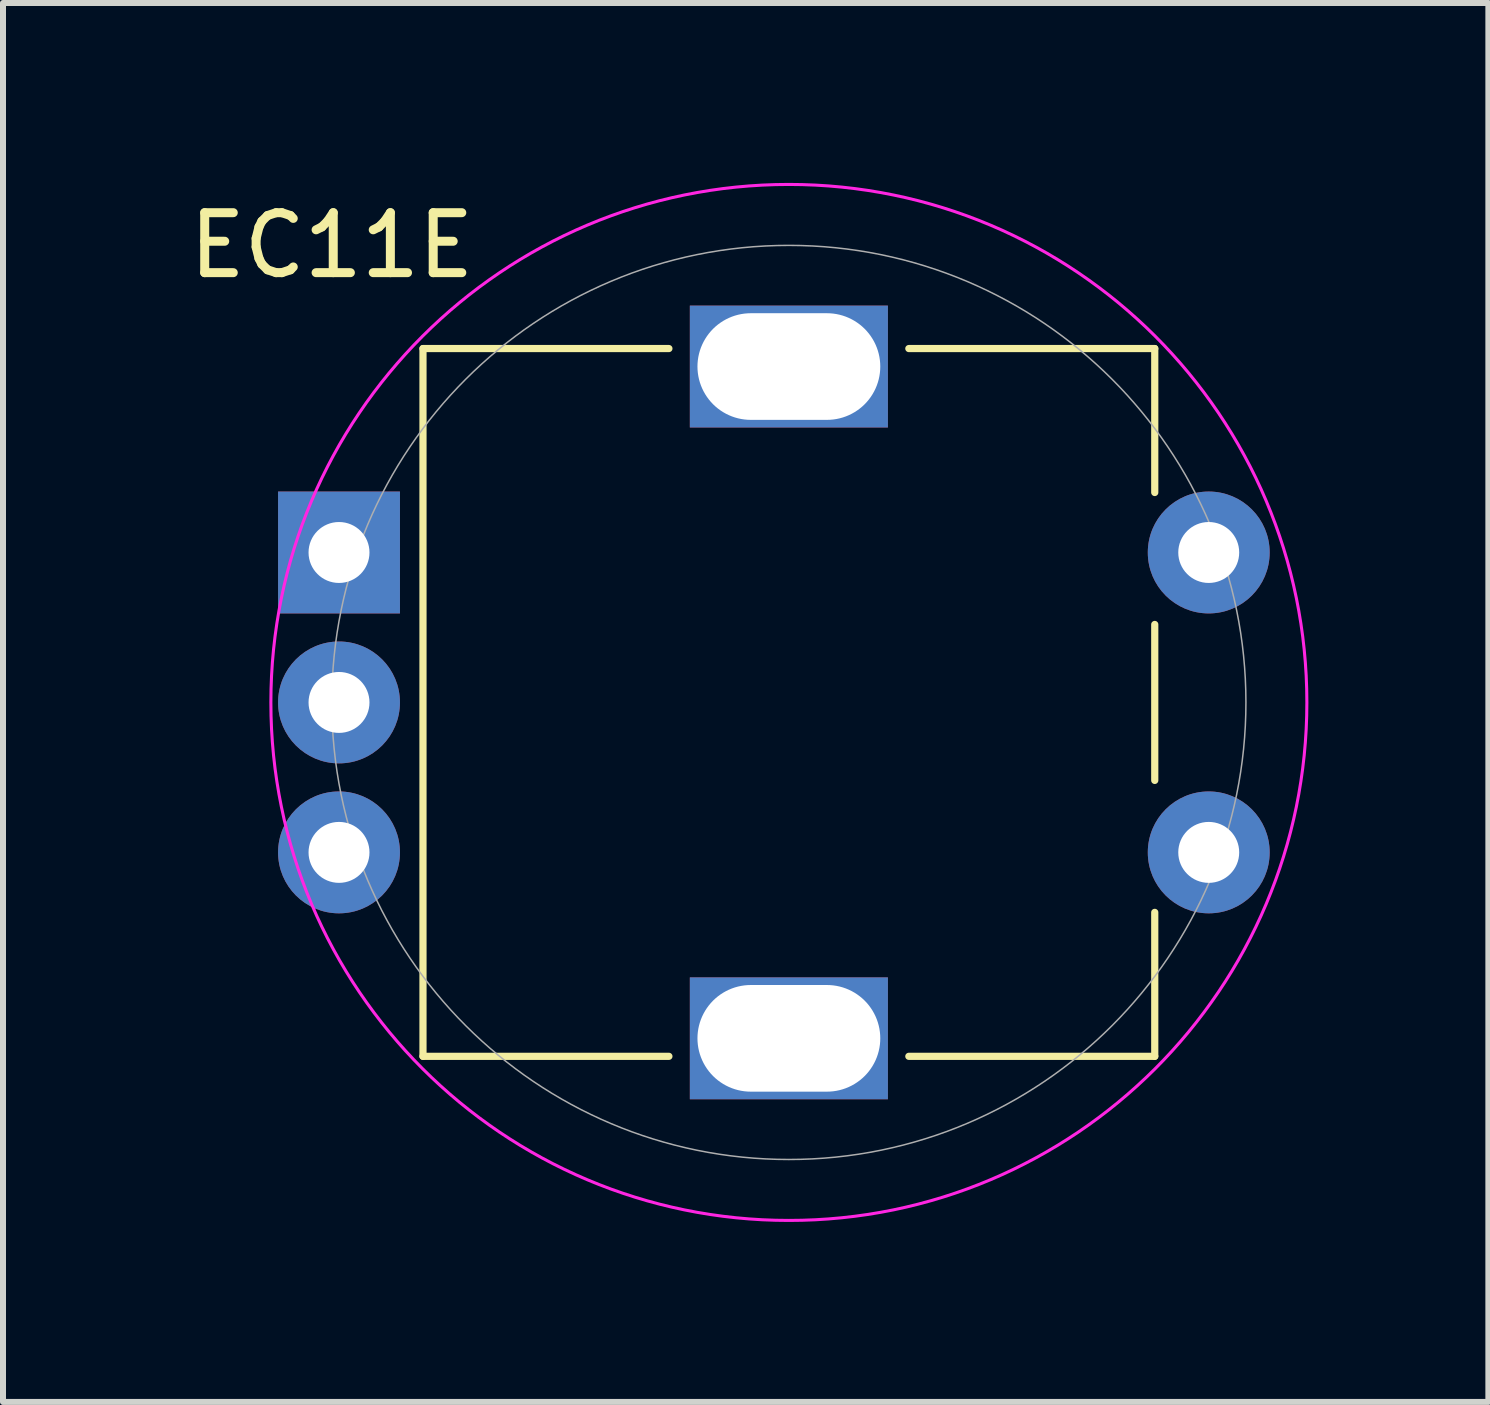
<source format=kicad_pcb>
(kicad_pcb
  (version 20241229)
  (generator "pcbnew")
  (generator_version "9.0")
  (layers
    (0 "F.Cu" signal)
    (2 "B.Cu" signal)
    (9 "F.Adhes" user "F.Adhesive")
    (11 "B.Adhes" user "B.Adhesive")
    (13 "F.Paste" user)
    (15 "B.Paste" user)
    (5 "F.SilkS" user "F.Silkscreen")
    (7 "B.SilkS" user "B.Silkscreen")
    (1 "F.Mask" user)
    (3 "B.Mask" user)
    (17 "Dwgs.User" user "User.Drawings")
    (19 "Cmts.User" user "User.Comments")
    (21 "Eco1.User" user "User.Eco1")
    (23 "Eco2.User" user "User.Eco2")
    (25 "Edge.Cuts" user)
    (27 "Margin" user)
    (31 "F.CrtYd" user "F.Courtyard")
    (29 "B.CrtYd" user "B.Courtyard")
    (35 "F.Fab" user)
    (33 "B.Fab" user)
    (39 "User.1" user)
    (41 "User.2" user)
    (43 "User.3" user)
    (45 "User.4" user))
  (footprint "EC11E"
    (layer "F.Cu")
    (at 10.102 8.661)
    (property "Reference" "EC11E" (at -7.62 -7.62 0) (layer "F.SilkS") (effects (font (size 1 1) (thickness 0.15))))
    (attr through_hole)
    (fp_line (start -6.1 -5.9) (end -6.1 5.9) (stroke (width 0.12) (type solid)) (layer "F.SilkS"))
    (fp_line (start -2 -5.9) (end -6.1 -5.9) (stroke (width 0.12) (type solid)) (layer "F.SilkS"))
    (fp_line (start -2 5.9) (end -6.1 5.9) (stroke (width 0.12) (type solid)) (layer "F.SilkS"))
    (fp_line (start 2 -5.9) (end 6.1 -5.9) (stroke (width 0.12) (type solid)) (layer "F.SilkS"))
    (fp_line (start 6.1 -5.9) (end 6.1 -3.5) (stroke (width 0.12) (type solid)) (layer "F.SilkS"))
    (fp_line (start 6.1 -1.3) (end 6.1 1.3) (stroke (width 0.12) (type solid)) (layer "F.SilkS"))
    (fp_line (start 6.1 3.5) (end 6.1 5.9) (stroke (width 0.12) (type solid)) (layer "F.SilkS"))
    (fp_line (start 6.1 5.9) (end 2 5.9) (stroke (width 0.12) (type solid)) (layer "F.SilkS"))
    (fp_circle (center 0 0) (end 8.636 0) (stroke (width 0.051) (type solid)) (fill no) (layer "F.CrtYd"))
    (fp_circle (center 0 0) (end 7.62 0) (stroke (width 0.025) (type solid)) (fill no) (layer "F.Fab"))
    (pad "" np_thru_hole rect (at 0 -5.6) (size 3.302 2.032) (drill oval 3.048 1.778) (layers "*.Cu" "*.Mask"))
    (pad "" np_thru_hole rect (at 0 5.6) (size 3.302 2.032) (drill oval 3.048 1.778) (layers "*.Cu" "*.Mask"))
    (pad "A" thru_hole rect (at -7.5 -2.5) (size 2.032 2.032) (drill 1.016) (layers "*.Cu" "*.Mask"))
    (pad "B" thru_hole circle (at -7.5 2.5) (size 2.032 2.032) (drill 1.016) (layers "*.Cu" "*.Mask"))
    (pad "C" thru_hole circle (at -7.5 0) (size 2.032 2.032) (drill 1.016) (layers "*.Cu" "*.Mask"))
    (pad "S1" thru_hole circle (at 7 -2.5) (size 2.032 2.032) (drill 1.016) (layers "*.Cu" "*.Mask"))
    (pad "S2" thru_hole circle (at 7 2.5) (size 2.032 2.032) (drill 1.016) (layers "*.Cu" "*.Mask")))
  (gr_rect
    (start -3 -3)
    (end 21.764 20.323)
    (stroke (width 0.1) (type default))
    (fill no)
    (layer "Edge.Cuts")))
</source>
